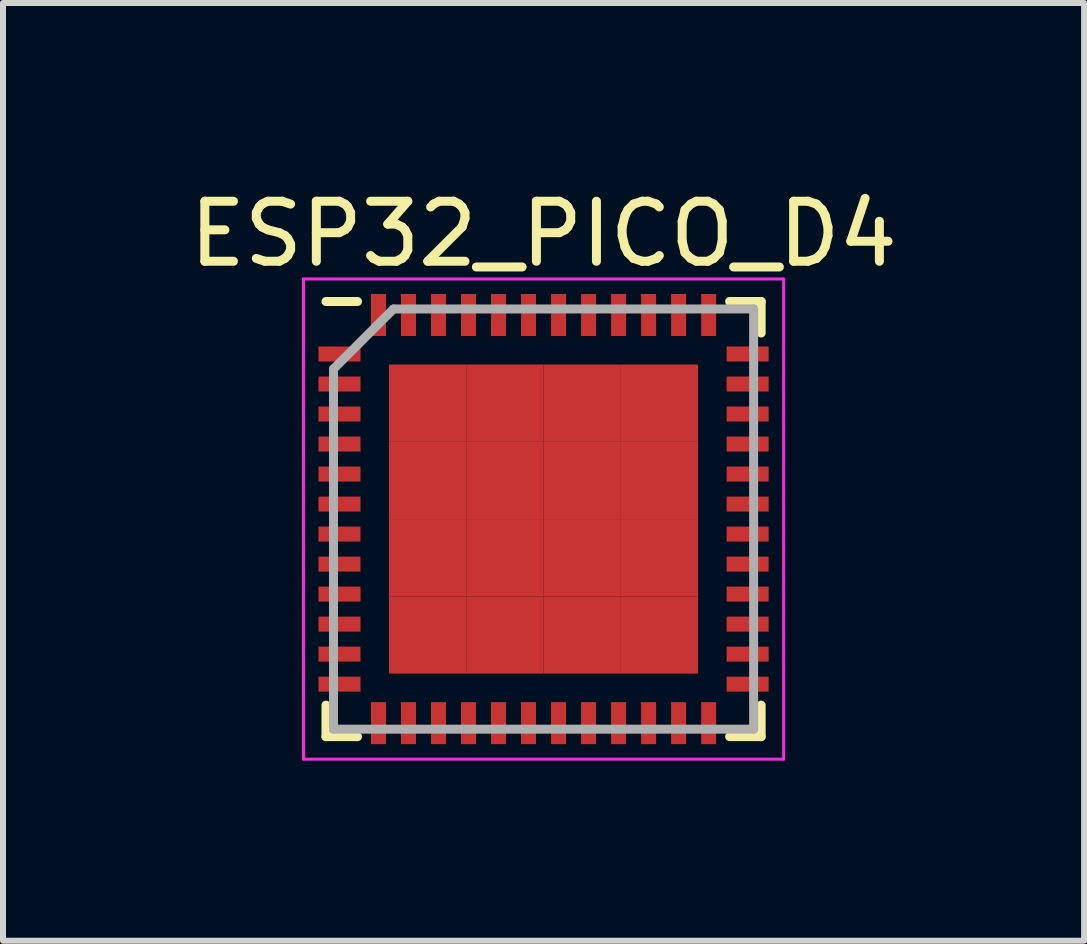
<source format=kicad_pcb>
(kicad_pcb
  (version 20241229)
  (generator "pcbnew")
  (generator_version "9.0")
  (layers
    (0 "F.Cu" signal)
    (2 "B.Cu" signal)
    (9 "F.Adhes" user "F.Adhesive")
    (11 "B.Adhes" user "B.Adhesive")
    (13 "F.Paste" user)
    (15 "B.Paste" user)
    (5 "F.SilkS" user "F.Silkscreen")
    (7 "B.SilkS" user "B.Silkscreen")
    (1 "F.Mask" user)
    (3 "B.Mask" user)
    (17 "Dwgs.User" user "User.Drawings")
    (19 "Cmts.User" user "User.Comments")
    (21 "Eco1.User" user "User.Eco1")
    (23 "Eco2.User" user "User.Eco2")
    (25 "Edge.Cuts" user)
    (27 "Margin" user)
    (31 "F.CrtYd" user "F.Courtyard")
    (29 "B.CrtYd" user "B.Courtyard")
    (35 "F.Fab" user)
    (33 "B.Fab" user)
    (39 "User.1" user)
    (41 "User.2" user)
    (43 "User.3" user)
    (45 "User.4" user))
  (footprint "ESP32_PICO_D4"
    (layer "F.Cu")
    (at 6.006 5.598)
    (property "Reference" "ESP32_PICO_D4" (at 0 -4.75 0) (layer "F.SilkS") (effects (font (size 1 1) (thickness 0.15))))
    (attr smd)
    (fp_line (start -3.625 -3.625) (end -3.1 -3.625) (stroke (width 0.15) (type solid)) (layer "F.SilkS"))
    (fp_line (start -3.625 3.625) (end -3.625 3.1) (stroke (width 0.15) (type solid)) (layer "F.SilkS"))
    (fp_line (start -3.625 3.625) (end -3.1 3.625) (stroke (width 0.15) (type solid)) (layer "F.SilkS"))
    (fp_line (start 3.625 -3.625) (end 3.1 -3.625) (stroke (width 0.15) (type solid)) (layer "F.SilkS"))
    (fp_line (start 3.625 -3.625) (end 3.625 -3.1) (stroke (width 0.15) (type solid)) (layer "F.SilkS"))
    (fp_line (start 3.625 3.625) (end 3.1 3.625) (stroke (width 0.15) (type solid)) (layer "F.SilkS"))
    (fp_line (start 3.625 3.625) (end 3.625 3.1) (stroke (width 0.15) (type solid)) (layer "F.SilkS"))
    (fp_line (start -4 -4) (end -4 4) (stroke (width 0.05) (type solid)) (layer "F.CrtYd"))
    (fp_line (start -4 -4) (end 4 -4) (stroke (width 0.05) (type solid)) (layer "F.CrtYd"))
    (fp_line (start -4 4) (end 4 4) (stroke (width 0.05) (type solid)) (layer "F.CrtYd"))
    (fp_line (start 4 -4) (end 4 4) (stroke (width 0.05) (type solid)) (layer "F.CrtYd"))
    (fp_line (start -3.5 -2.5) (end -2.5 -3.5) (stroke (width 0.15) (type solid)) (layer "F.Fab"))
    (fp_line (start -3.5 3.5) (end -3.5 -2.5) (stroke (width 0.15) (type solid)) (layer "F.Fab"))
    (fp_line (start -2.5 -3.5) (end 3.5 -3.5) (stroke (width 0.15) (type solid)) (layer "F.Fab"))
    (fp_line (start 3.5 -3.5) (end 3.5 3.5) (stroke (width 0.15) (type solid)) (layer "F.Fab"))
    (fp_line (start 3.5 3.5) (end -3.5 3.5) (stroke (width 0.15) (type solid)) (layer "F.Fab"))
    (pad "1" smd rect (at -3.4 -2.75) (size 0.7 0.25) (layers "F.Cu" "F.Mask" "F.Paste"))
    (pad "2" smd rect (at -3.4 -2.25) (size 0.7 0.25) (layers "F.Cu" "F.Mask" "F.Paste"))
    (pad "3" smd rect (at -3.4 -1.75) (size 0.7 0.25) (layers "F.Cu" "F.Mask" "F.Paste"))
    (pad "4" smd rect (at -3.4 -1.25) (size 0.7 0.25) (layers "F.Cu" "F.Mask" "F.Paste"))
    (pad "5" smd rect (at -3.4 -0.75) (size 0.7 0.25) (layers "F.Cu" "F.Mask" "F.Paste"))
    (pad "6" smd rect (at -3.4 -0.25) (size 0.7 0.25) (layers "F.Cu" "F.Mask" "F.Paste"))
    (pad "7" smd rect (at -3.4 0.25) (size 0.7 0.25) (layers "F.Cu" "F.Mask" "F.Paste"))
    (pad "8" smd rect (at -3.4 0.75) (size 0.7 0.25) (layers "F.Cu" "F.Mask" "F.Paste"))
    (pad "9" smd rect (at -3.4 1.25) (size 0.7 0.25) (layers "F.Cu" "F.Mask" "F.Paste"))
    (pad "10" smd rect (at -3.4 1.75) (size 0.7 0.25) (layers "F.Cu" "F.Mask" "F.Paste"))
    (pad "11" smd rect (at -3.4 2.25) (size 0.7 0.25) (layers "F.Cu" "F.Mask" "F.Paste"))
    (pad "12" smd rect (at -3.4 2.75) (size 0.7 0.25) (layers "F.Cu" "F.Mask" "F.Paste"))
    (pad "13" smd rect (at -2.75 3.4 90) (size 0.7 0.25) (layers "F.Cu" "F.Mask" "F.Paste"))
    (pad "14" smd rect (at -2.25 3.4 90) (size 0.7 0.25) (layers "F.Cu" "F.Mask" "F.Paste"))
    (pad "15" smd rect (at -1.75 3.4 90) (size 0.7 0.25) (layers "F.Cu" "F.Mask" "F.Paste"))
    (pad "16" smd rect (at -1.25 3.4 90) (size 0.7 0.25) (layers "F.Cu" "F.Mask" "F.Paste"))
    (pad "17" smd rect (at -0.75 3.4 90) (size 0.7 0.25) (layers "F.Cu" "F.Mask" "F.Paste"))
    (pad "18" smd rect (at -0.25 3.4 90) (size 0.7 0.25) (layers "F.Cu" "F.Mask" "F.Paste"))
    (pad "19" smd rect (at 0.25 3.4 90) (size 0.7 0.25) (layers "F.Cu" "F.Mask" "F.Paste"))
    (pad "20" smd rect (at 0.75 3.4 90) (size 0.7 0.25) (layers "F.Cu" "F.Mask" "F.Paste"))
    (pad "21" smd rect (at 1.25 3.4 90) (size 0.7 0.25) (layers "F.Cu" "F.Mask" "F.Paste"))
    (pad "22" smd rect (at 1.75 3.4 90) (size 0.7 0.25) (layers "F.Cu" "F.Mask" "F.Paste"))
    (pad "23" smd rect (at 2.25 3.4 90) (size 0.7 0.25) (layers "F.Cu" "F.Mask" "F.Paste"))
    (pad "24" smd rect (at 2.75 3.4 90) (size 0.7 0.25) (layers "F.Cu" "F.Mask" "F.Paste"))
    (pad "25" smd rect (at 3.4 2.75) (size 0.7 0.25) (layers "F.Cu" "F.Mask" "F.Paste"))
    (pad "26" smd rect (at 3.4 2.25) (size 0.7 0.25) (layers "F.Cu" "F.Mask" "F.Paste"))
    (pad "27" smd rect (at 3.4 1.75) (size 0.7 0.25) (layers "F.Cu" "F.Mask" "F.Paste"))
    (pad "28" smd rect (at 3.4 1.25) (size 0.7 0.25) (layers "F.Cu" "F.Mask" "F.Paste"))
    (pad "29" smd rect (at 3.4 0.75) (size 0.7 0.25) (layers "F.Cu" "F.Mask" "F.Paste"))
    (pad "30" smd rect (at 3.4 0.25) (size 0.7 0.25) (layers "F.Cu" "F.Mask" "F.Paste"))
    (pad "31" smd rect (at 3.4 -0.25) (size 0.7 0.25) (layers "F.Cu" "F.Mask" "F.Paste"))
    (pad "32" smd rect (at 3.4 -0.75) (size 0.7 0.25) (layers "F.Cu" "F.Mask" "F.Paste"))
    (pad "33" smd rect (at 3.4 -1.25) (size 0.7 0.25) (layers "F.Cu" "F.Mask" "F.Paste"))
    (pad "34" smd rect (at 3.4 -1.75) (size 0.7 0.25) (layers "F.Cu" "F.Mask" "F.Paste"))
    (pad "35" smd rect (at 3.4 -2.25) (size 0.7 0.25) (layers "F.Cu" "F.Mask" "F.Paste"))
    (pad "36" smd rect (at 3.4 -2.75) (size 0.7 0.25) (layers "F.Cu" "F.Mask" "F.Paste"))
    (pad "37" smd rect (at 2.75 -3.4 90) (size 0.7 0.25) (layers "F.Cu" "F.Mask" "F.Paste"))
    (pad "38" smd rect (at 2.25 -3.4 90) (size 0.7 0.25) (layers "F.Cu" "F.Mask" "F.Paste"))
    (pad "39" smd rect (at 1.75 -3.4 90) (size 0.7 0.25) (layers "F.Cu" "F.Mask" "F.Paste"))
    (pad "40" smd rect (at 1.25 -3.4 90) (size 0.7 0.25) (layers "F.Cu" "F.Mask" "F.Paste"))
    (pad "41" smd rect (at 0.75 -3.4 90) (size 0.7 0.25) (layers "F.Cu" "F.Mask" "F.Paste"))
    (pad "42" smd rect (at 0.25 -3.4 90) (size 0.7 0.25) (layers "F.Cu" "F.Mask" "F.Paste"))
    (pad "43" smd rect (at -0.25 -3.4 90) (size 0.7 0.25) (layers "F.Cu" "F.Mask" "F.Paste"))
    (pad "44" smd rect (at -0.75 -3.4 90) (size 0.7 0.25) (layers "F.Cu" "F.Mask" "F.Paste"))
    (pad "45" smd rect (at -1.25 -3.4 90) (size 0.7 0.25) (layers "F.Cu" "F.Mask" "F.Paste"))
    (pad "46" smd rect (at -1.75 -3.4 90) (size 0.7 0.25) (layers "F.Cu" "F.Mask" "F.Paste"))
    (pad "47" smd rect (at -2.25 -3.4 90) (size 0.7 0.25) (layers "F.Cu" "F.Mask" "F.Paste"))
    (pad "48" smd rect (at -2.75 -3.4 90) (size 0.7 0.25) (layers "F.Cu" "F.Mask" "F.Paste"))
    (pad "49" smd rect (at -1.931 -1.931) (size 1.288 1.288) (layers "F.Cu" "F.Mask" "F.Paste"))
    (pad "49" smd rect (at -1.931 -0.644) (size 1.288 1.288) (layers "F.Cu" "F.Mask" "F.Paste"))
    (pad "49" smd rect (at -1.931 0.644) (size 1.288 1.288) (layers "F.Cu" "F.Mask" "F.Paste"))
    (pad "49" smd rect (at -1.931 1.931) (size 1.288 1.288) (layers "F.Cu" "F.Mask" "F.Paste"))
    (pad "49" smd rect (at -0.644 -1.931) (size 1.288 1.288) (layers "F.Cu" "F.Mask" "F.Paste"))
    (pad "49" smd rect (at -0.644 -0.644) (size 1.288 1.288) (layers "F.Cu" "F.Mask" "F.Paste"))
    (pad "49" smd rect (at -0.644 0.644) (size 1.288 1.288) (layers "F.Cu" "F.Mask" "F.Paste"))
    (pad "49" smd rect (at -0.644 1.931) (size 1.288 1.288) (layers "F.Cu" "F.Mask" "F.Paste"))
    (pad "49" smd rect (at 0.644 -1.931) (size 1.288 1.288) (layers "F.Cu" "F.Mask" "F.Paste"))
    (pad "49" smd rect (at 0.644 -0.644) (size 1.288 1.288) (layers "F.Cu" "F.Mask" "F.Paste"))
    (pad "49" smd rect (at 0.644 0.644) (size 1.288 1.288) (layers "F.Cu" "F.Mask" "F.Paste"))
    (pad "49" smd rect (at 0.644 1.931) (size 1.288 1.288) (layers "F.Cu" "F.Mask" "F.Paste"))
    (pad "49" smd rect (at 1.931 -1.931) (size 1.288 1.288) (layers "F.Cu" "F.Mask" "F.Paste"))
    (pad "49" smd rect (at 1.931 -0.644) (size 1.288 1.288) (layers "F.Cu" "F.Mask" "F.Paste"))
    (pad "49" smd rect (at 1.931 0.644) (size 1.288 1.288) (layers "F.Cu" "F.Mask" "F.Paste"))
    (pad "49" smd rect (at 1.931 1.931) (size 1.288 1.288) (layers "F.Cu" "F.Mask" "F.Paste")))
  (gr_rect
    (start -3 -3)
    (end 15.012 12.623)
    (stroke (width 0.1) (type default))
    (fill no)
    (layer "Edge.Cuts")))
</source>
